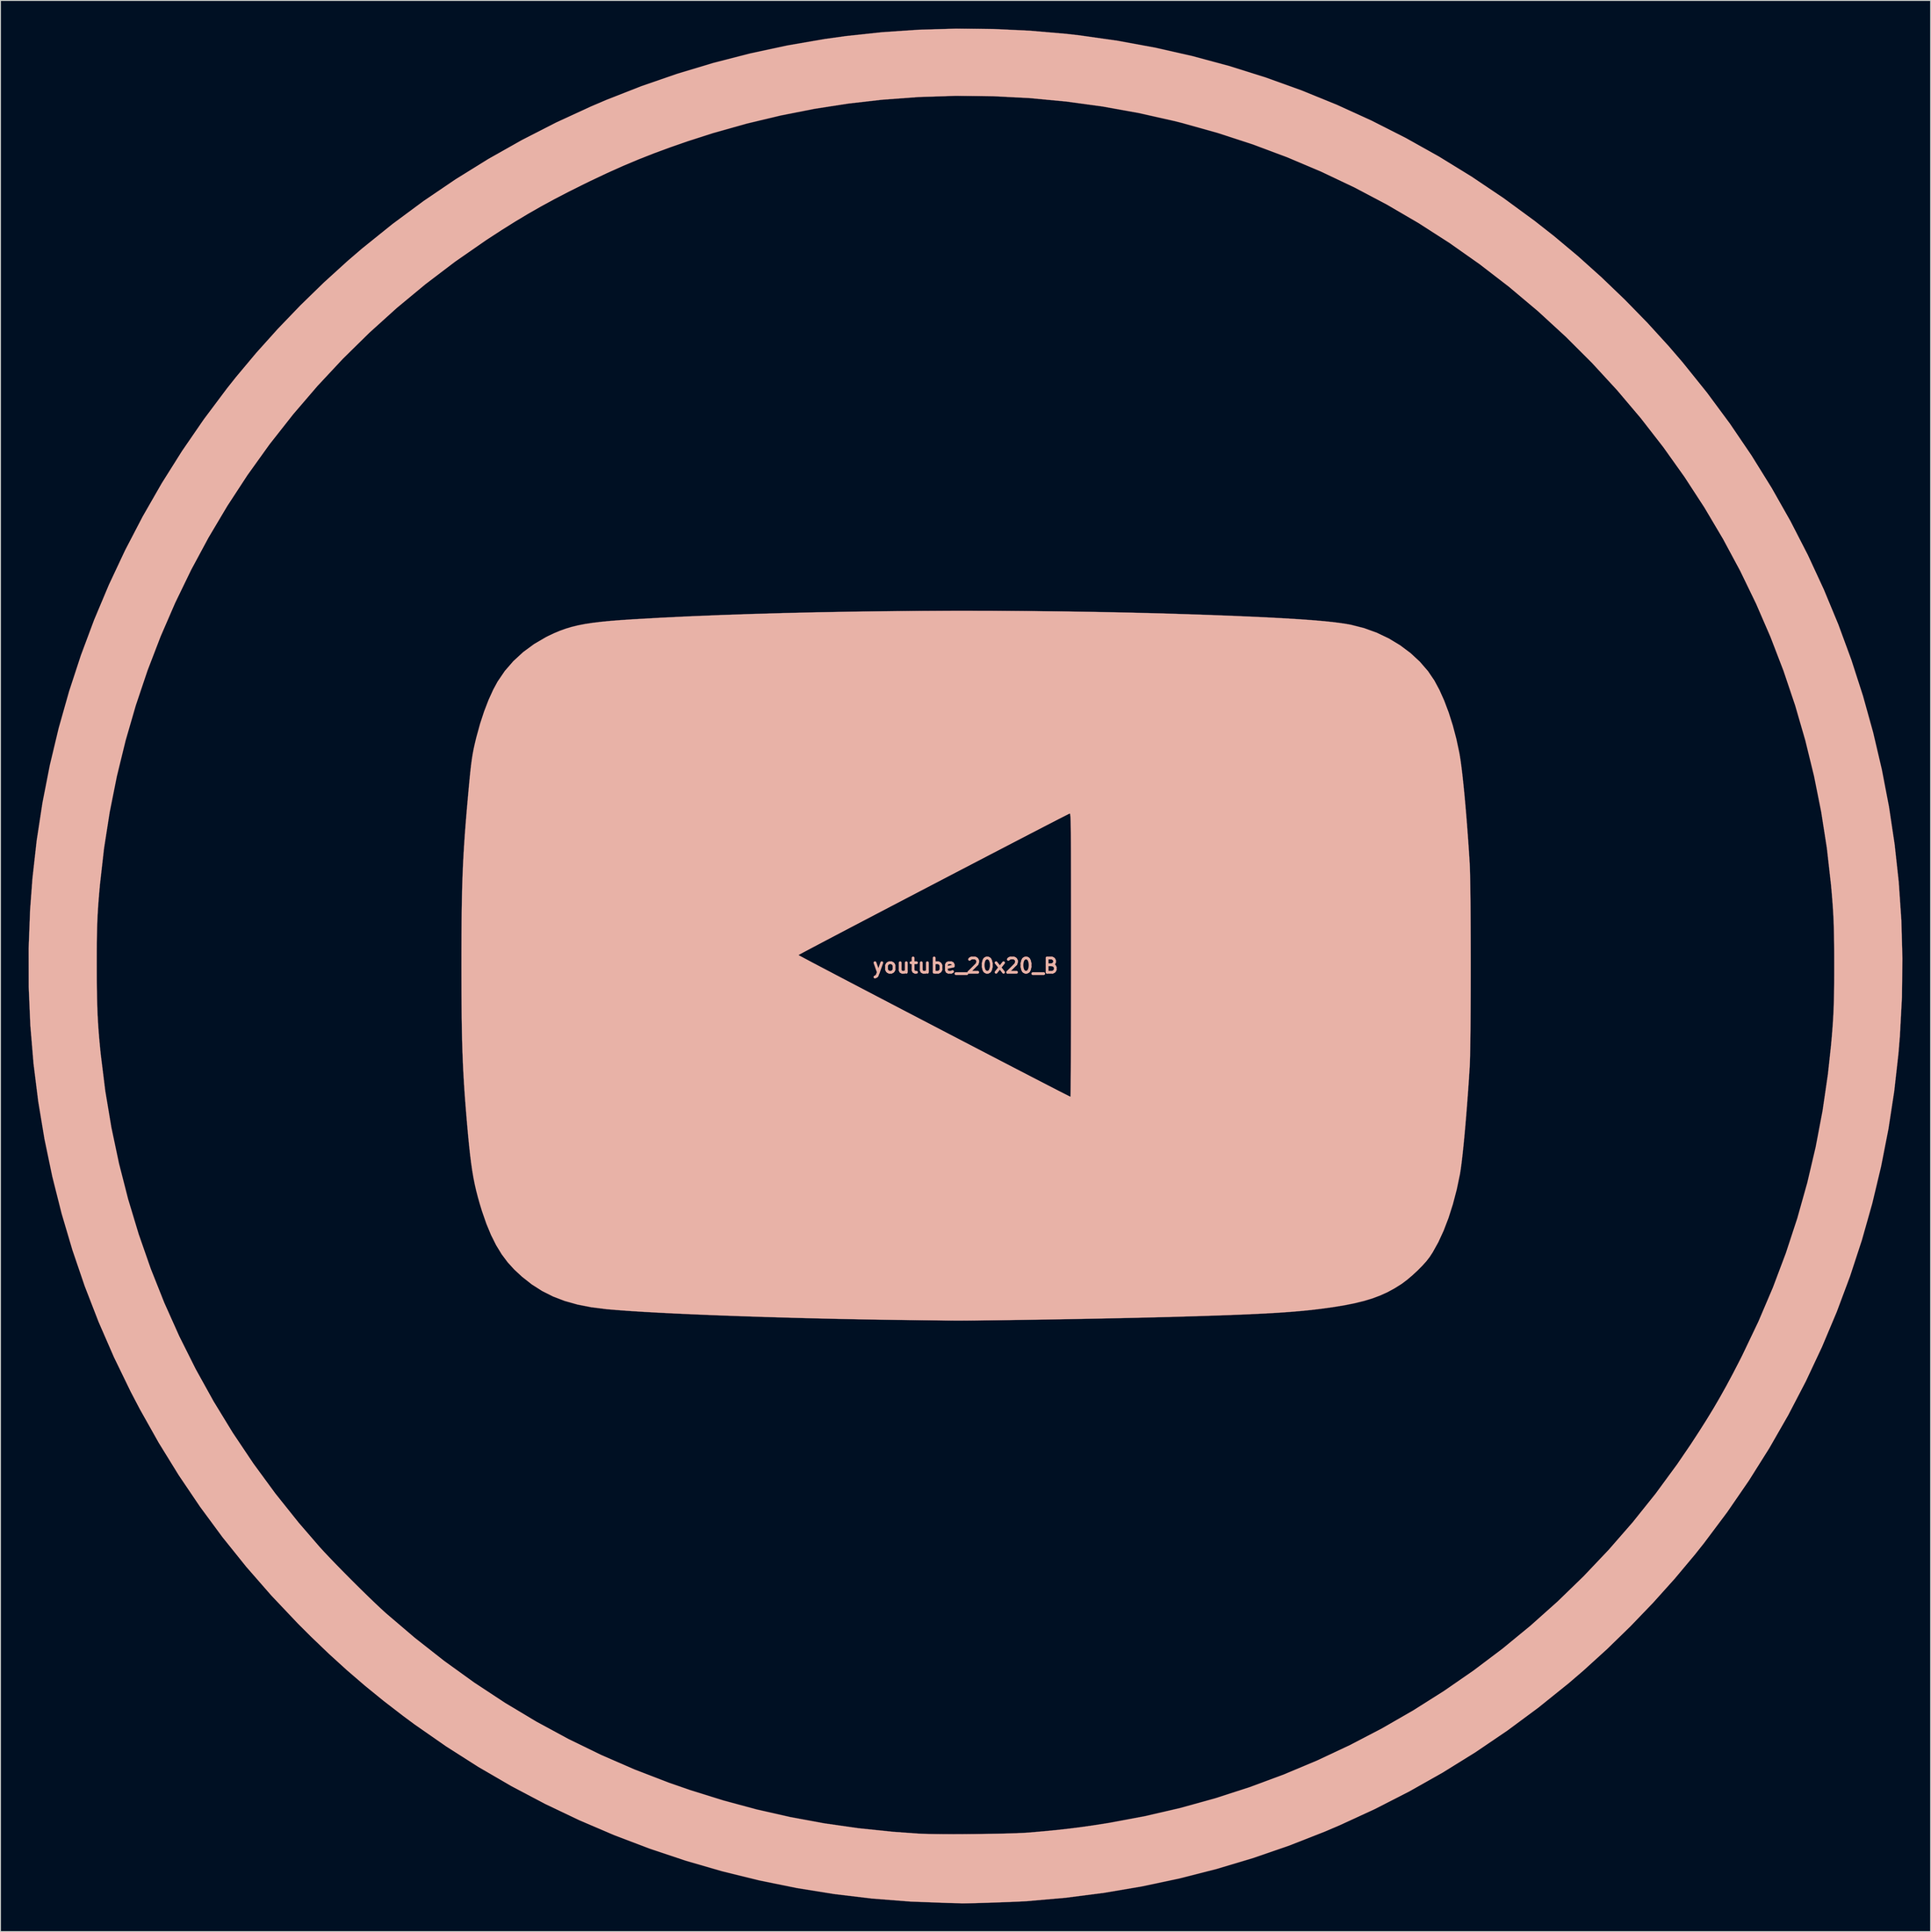
<source format=kicad_pcb>
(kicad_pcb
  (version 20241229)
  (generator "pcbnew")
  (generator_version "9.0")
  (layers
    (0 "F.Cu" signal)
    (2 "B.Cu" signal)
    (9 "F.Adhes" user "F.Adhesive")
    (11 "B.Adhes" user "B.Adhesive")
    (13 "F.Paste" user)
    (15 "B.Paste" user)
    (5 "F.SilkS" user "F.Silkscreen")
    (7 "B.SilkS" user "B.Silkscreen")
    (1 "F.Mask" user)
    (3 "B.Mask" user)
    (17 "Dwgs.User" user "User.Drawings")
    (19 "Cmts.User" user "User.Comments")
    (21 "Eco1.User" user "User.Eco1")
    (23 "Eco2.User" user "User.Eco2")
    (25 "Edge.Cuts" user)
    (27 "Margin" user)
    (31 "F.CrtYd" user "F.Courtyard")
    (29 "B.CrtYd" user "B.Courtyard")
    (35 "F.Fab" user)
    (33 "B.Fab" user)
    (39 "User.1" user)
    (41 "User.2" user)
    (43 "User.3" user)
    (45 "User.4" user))
  (footprint "youtube_20x20_B"
    (layer "F.Cu")
    (at 99.931 99.934)
    (property "Reference" "youtube_20x20_B" (at 0 0 0) (layer "B.SilkS") (effects (font (size 1.524 1.524) (thickness 0.3))))
    (attr through_hole)
    (fp_poly (pts (xy 2.745 -37.85) (xy 6.51 -37.828) (xy 10.257 -37.789) (xy 13.972 -37.732) (xy 17.637 -37.658) (xy 21.239 -37.565) (xy 24.76 -37.455) (xy 26.882 -37.378) (xy 28.826 -37.301) (xy 30.609 -37.224) (xy 32.236 -37.147) (xy 33.716 -37.069) (xy 35.056 -36.99) (xy 36.262 -36.91) (xy 37.343 -36.827) (xy 38.305 -36.742) (xy 39.155 -36.654) (xy 39.901 -36.561) (xy 40.55 -36.465) (xy 41.109 -36.364) (xy 41.111 -36.363) (xy 42.515 -36.007) (xy 43.868 -35.517) (xy 45.155 -34.904) (xy 46.36 -34.177) (xy 47.468 -33.348) (xy 48.464 -32.426) (xy 49.332 -31.422) (xy 50.006 -30.43) (xy 50.55 -29.421) (xy 51.066 -28.269) (xy 51.544 -26.999) (xy 51.977 -25.637) (xy 52.355 -24.207) (xy 52.67 -22.736) (xy 52.7 -22.575) (xy 52.795 -21.995) (xy 52.896 -21.261) (xy 53.001 -20.39) (xy 53.108 -19.399) (xy 53.217 -18.302) (xy 53.325 -17.117) (xy 53.432 -15.859) (xy 53.535 -14.544) (xy 53.634 -13.189) (xy 53.726 -11.809) (xy 53.781 -10.922) (xy 53.801 -10.5) (xy 53.818 -9.924) (xy 53.834 -9.209) (xy 53.848 -8.371) (xy 53.86 -7.424) (xy 53.871 -6.385) (xy 53.88 -5.267) (xy 53.886 -4.085) (xy 53.891 -2.856) (xy 53.894 -1.594) (xy 53.896 -0.314) (xy 53.895 0.97) (xy 53.893 2.24) (xy 53.889 3.484) (xy 53.883 4.685) (xy 53.875 5.829) (xy 53.865 6.9) (xy 53.854 7.884) (xy 53.841 8.765) (xy 53.826 9.528) (xy 53.809 10.158) (xy 53.79 10.64) (xy 53.781 10.795) (xy 53.698 12.099) (xy 53.608 13.397) (xy 53.513 14.673) (xy 53.415 15.91) (xy 53.315 17.092) (xy 53.214 18.205) (xy 53.115 19.231) (xy 53.017 20.155) (xy 52.924 20.96) (xy 52.836 21.631) (xy 52.754 22.152) (xy 52.741 22.225) (xy 52.398 23.857) (xy 51.99 25.414) (xy 51.524 26.879) (xy 51.004 28.235) (xy 50.438 29.467) (xy 49.831 30.556) (xy 49.51 31.049) (xy 49.174 31.484) (xy 48.731 31.977) (xy 48.217 32.495) (xy 47.667 33.004) (xy 47.116 33.471) (xy 46.601 33.861) (xy 46.487 33.939) (xy 45.761 34.395) (xy 45.019 34.797) (xy 44.243 35.15) (xy 43.413 35.461) (xy 42.508 35.736) (xy 41.511 35.981) (xy 40.4 36.202) (xy 39.156 36.405) (xy 37.973 36.568) (xy 37.261 36.656) (xy 36.522 36.737) (xy 35.745 36.812) (xy 34.918 36.883) (xy 34.03 36.949) (xy 33.069 37.012) (xy 32.023 37.071) (xy 30.882 37.128) (xy 29.634 37.184) (xy 28.266 37.238) (xy 26.769 37.292) (xy 25.129 37.346) (xy 23.336 37.4) (xy 22.606 37.422) (xy 21.514 37.452) (xy 20.326 37.482) (xy 19.055 37.513) (xy 17.715 37.544) (xy 16.321 37.574) (xy 14.887 37.604) (xy 13.426 37.632) (xy 11.953 37.66) (xy 10.482 37.687) (xy 9.026 37.712) (xy 7.601 37.735) (xy 6.219 37.756) (xy 4.896 37.775) (xy 3.644 37.792) (xy 2.479 37.805) (xy 1.414 37.816) (xy 0.463 37.824) (xy -0.36 37.828) (xy -1.04 37.829) (xy -1.524 37.826) (xy -2.196 37.819) (xy -2.969 37.811) (xy -3.775 37.802) (xy -4.546 37.794) (xy -5.08 37.788) (xy -7.18 37.764) (xy -9.306 37.732) (xy -11.448 37.694) (xy -13.594 37.651) (xy -15.733 37.602) (xy -17.854 37.548) (xy -19.946 37.489) (xy -21.997 37.427) (xy -23.997 37.36) (xy -25.934 37.29) (xy -27.796 37.217) (xy -29.574 37.141) (xy -31.255 37.063) (xy -32.829 36.983) (xy -34.284 36.902) (xy -35.61 36.82) (xy -36.794 36.737) (xy -37.826 36.654) (xy -38.312 36.61) (xy -39.917 36.408) (xy -41.389 36.12) (xy -42.743 35.739) (xy -43.995 35.259) (xy -45.161 34.672) (xy -46.258 33.972) (xy -47.301 33.151) (xy -48.128 32.384) (xy -48.831 31.612) (xy -49.473 30.752) (xy -50.061 29.788) (xy -50.602 28.707) (xy -51.105 27.495) (xy -51.575 26.136) (xy -51.816 25.346) (xy -52.013 24.649) (xy -52.187 23.973) (xy -52.342 23.296) (xy -52.481 22.598) (xy -52.607 21.857) (xy -52.724 21.052) (xy -52.836 20.162) (xy -52.944 19.166) (xy -53.054 18.042) (xy -53.165 16.806) (xy -53.267 15.591) (xy -53.358 14.445) (xy -53.438 13.349) (xy -53.506 12.284) (xy -53.565 11.23) (xy -53.615 10.17) (xy -53.656 9.083) (xy -53.69 7.952) (xy -53.716 6.757) (xy -53.736 5.479) (xy -53.749 4.099) (xy -53.758 2.599) (xy -53.762 0.959) (xy -53.763 -0.042) (xy -53.762 -1.146) (xy -17.81 -1.146) (xy -17.737 -1.102) (xy -17.523 -0.985) (xy -17.176 -0.799) (xy -16.705 -0.549) (xy -16.12 -0.239) (xy -15.428 0.125) (xy -14.638 0.54) (xy -13.761 1.001) (xy -12.803 1.503) (xy -11.775 2.041) (xy -10.685 2.611) (xy -9.541 3.209) (xy -8.353 3.829) (xy -7.13 4.468) (xy -5.88 5.12) (xy -4.612 5.781) (xy -3.335 6.446) (xy -2.058 7.111) (xy -0.789 7.771) (xy 0.462 8.422) (xy 1.686 9.059) (xy 2.876 9.677) (xy 4.022 10.272) (xy 5.115 10.839) (xy 6.146 11.373) (xy 7.107 11.871) (xy 7.988 12.326) (xy 8.782 12.736) (xy 9.478 13.095) (xy 10.069 13.398) (xy 10.545 13.641) (xy 10.898 13.819) (xy 11.118 13.929) (xy 11.197 13.964) (xy 11.204 13.881) (xy 11.21 13.638) (xy 11.217 13.242) (xy 11.223 12.702) (xy 11.228 12.027) (xy 11.234 11.225) (xy 11.238 10.304) (xy 11.243 9.274) (xy 11.247 8.142) (xy 11.251 6.917) (xy 11.254 5.607) (xy 11.257 4.221) (xy 11.258 2.768) (xy 11.26 1.255) (xy 11.261 -0.308) (xy 11.261 -1.153) (xy 11.261 -3.032) (xy 11.26 -4.749) (xy 11.26 -6.311) (xy 11.259 -7.726) (xy 11.258 -9) (xy 11.256 -10.141) (xy 11.254 -11.157) (xy 11.252 -12.054) (xy 11.248 -12.84) (xy 11.244 -13.522) (xy 11.239 -14.107) (xy 11.233 -14.602) (xy 11.227 -15.016) (xy 11.219 -15.354) (xy 11.21 -15.625) (xy 11.2 -15.835) (xy 11.189 -15.992) (xy 11.176 -16.104) (xy 11.162 -16.176) (xy 11.147 -16.218) (xy 11.13 -16.235) (xy 11.113 -16.236) (xy 11.016 -16.191) (xy 10.779 -16.073) (xy 10.411 -15.886) (xy 9.92 -15.635) (xy 9.316 -15.324) (xy 8.607 -14.958) (xy 7.803 -14.542) (xy 6.911 -14.08) (xy 5.941 -13.577) (xy 4.902 -13.038) (xy 3.803 -12.466) (xy 2.652 -11.868) (xy 1.458 -11.246) (xy 0.231 -10.607) (xy -1.022 -9.955) (xy -2.291 -9.293) (xy -3.567 -8.627) (xy -4.842 -7.962) (xy -6.106 -7.302) (xy -7.351 -6.651) (xy -8.568 -6.015) (xy -9.748 -5.398) (xy -10.882 -4.804) (xy -11.962 -4.239) (xy -12.978 -3.706) (xy -13.922 -3.21) (xy -14.784 -2.757) (xy -15.557 -2.35) (xy -16.231 -1.994) (xy -16.797 -1.694) (xy -17.247 -1.455) (xy -17.571 -1.281) (xy -17.76 -1.176) (xy -17.81 -1.146) (xy -53.762 -1.146) (xy -53.761 -1.773) (xy -53.755 -3.354) (xy -53.745 -4.805) (xy -53.729 -6.148) (xy -53.706 -7.401) (xy -53.676 -8.586) (xy -53.638 -9.721) (xy -53.591 -10.828) (xy -53.534 -11.925) (xy -53.466 -13.034) (xy -53.387 -14.173) (xy -53.295 -15.364) (xy -53.19 -16.626) (xy -53.071 -17.98) (xy -52.958 -19.219) (xy -52.872 -20.12) (xy -52.794 -20.881) (xy -52.717 -21.534) (xy -52.638 -22.109) (xy -52.552 -22.635) (xy -52.454 -23.144) (xy -52.339 -23.665) (xy -52.203 -24.228) (xy -52.153 -24.426) (xy -51.767 -25.823) (xy -51.335 -27.14) (xy -50.866 -28.355) (xy -50.37 -29.445) (xy -49.903 -30.307) (xy -49.132 -31.44) (xy -48.219 -32.49) (xy -47.176 -33.449) (xy -46.013 -34.305) (xy -44.742 -35.048) (xy -44.492 -35.174) (xy -43.872 -35.466) (xy -43.263 -35.722) (xy -42.647 -35.944) (xy -42.005 -36.137) (xy -41.32 -36.304) (xy -40.574 -36.449) (xy -39.747 -36.574) (xy -38.823 -36.685) (xy -37.782 -36.784) (xy -36.607 -36.874) (xy -35.391 -36.953) (xy -32.456 -37.119) (xy -29.369 -37.268) (xy -26.144 -37.4) (xy -22.797 -37.515) (xy -19.344 -37.614) (xy -15.799 -37.696) (xy -12.179 -37.761) (xy -8.499 -37.809) (xy -4.775 -37.84) (xy -1.021 -37.854) (xy 2.745 -37.85)) (stroke (width 0.01) (type solid)) (fill yes) (layer "B.SilkS"))
    (fp_poly (pts (xy 2.918 -99.895) (xy 6.839 -99.712) (xy 10.714 -99.38) (xy 12.107 -99.223) (xy 16.184 -98.646) (xy 20.217 -97.906) (xy 24.203 -97.004) (xy 28.138 -95.943) (xy 32.02 -94.722) (xy 35.845 -93.345) (xy 39.608 -91.812) (xy 43.307 -90.125) (xy 46.938 -88.285) (xy 50.497 -86.294) (xy 53.981 -84.153) (xy 57.387 -81.864) (xy 60.71 -79.429) (xy 62.78 -77.804) (xy 65.327 -75.672) (xy 67.854 -73.403) (xy 70.33 -71.027) (xy 72.725 -68.575) (xy 75.005 -66.077) (xy 76.494 -64.347) (xy 79.088 -61.122) (xy 81.536 -57.813) (xy 83.838 -54.423) (xy 85.991 -50.957) (xy 87.995 -47.418) (xy 89.849 -43.81) (xy 91.55 -40.138) (xy 93.099 -36.406) (xy 94.493 -32.617) (xy 95.732 -28.777) (xy 96.814 -24.887) (xy 97.737 -20.954) (xy 98.502 -16.98) (xy 99.105 -12.97) (xy 99.547 -8.928) (xy 99.825 -4.857) (xy 99.939 -0.763) (xy 99.888 3.351) (xy 99.669 7.482) (xy 99.519 9.313) (xy 99.064 13.378) (xy 98.445 17.408) (xy 97.662 21.4) (xy 96.718 25.349) (xy 95.614 29.251) (xy 94.352 33.103) (xy 92.934 36.898) (xy 91.361 40.634) (xy 89.636 44.306) (xy 87.76 47.909) (xy 85.735 51.44) (xy 83.562 54.893) (xy 81.243 58.265) (xy 78.781 61.551) (xy 77.805 62.78) (xy 75.638 65.366) (xy 73.335 67.928) (xy 70.925 70.434) (xy 68.439 72.853) (xy 65.909 75.153) (xy 64.347 76.494) (xy 61.11 79.098) (xy 57.79 81.555) (xy 54.385 83.865) (xy 50.896 86.029) (xy 47.321 88.046) (xy 43.66 89.919) (xy 39.911 91.645) (xy 38.312 92.327) (xy 34.522 93.813) (xy 30.672 95.141) (xy 26.767 96.31) (xy 22.811 97.319) (xy 18.808 98.168) (xy 14.761 98.854) (xy 10.675 99.378) (xy 6.562 99.738) (xy 6.235 99.757) (xy 5.795 99.779) (xy 5.264 99.802) (xy 4.661 99.827) (xy 4.01 99.851) (xy 3.331 99.876) (xy 2.646 99.899) (xy 1.977 99.92) (xy 1.345 99.939) (xy 0.772 99.955) (xy 0.279 99.967) (xy -0.112 99.974) (xy -0.38 99.976) (xy -0.504 99.972) (xy -0.508 99.971) (xy -0.603 99.963) (xy -0.837 99.955) (xy -1.177 99.946) (xy -1.594 99.937) (xy -1.778 99.934) (xy -5.876 99.781) (xy -9.952 99.462) (xy -14.001 98.979) (xy -18.018 98.332) (xy -21.998 97.523) (xy -25.936 96.554) (xy -29.829 95.426) (xy -33.671 94.142) (xy -37.458 92.703) (xy -41.185 91.109) (xy -44.846 89.364) (xy -48.439 87.468) (xy -51.957 85.424) (xy -55.396 83.232) (xy -58.752 80.895) (xy -59.986 79.982) (xy -62.061 78.383) (xy -64.044 76.77) (xy -65.971 75.113) (xy -67.875 73.383) (xy -69.79 71.548) (xy -71.206 70.135) (xy -74.027 67.157) (xy -76.706 64.091) (xy -79.244 60.932) (xy -81.645 57.677) (xy -83.913 54.32) (xy -86.05 50.857) (xy -88.06 47.283) (xy -89.034 45.424) (xy -90.827 41.729) (xy -92.462 37.976) (xy -93.938 34.17) (xy -95.253 30.314) (xy -96.408 26.413) (xy -97.401 22.469) (xy -98.232 18.488) (xy -98.9 14.472) (xy -99.404 10.426) (xy -99.744 6.353) (xy -99.918 2.258) (xy -99.923 -0.333) (xy -92.66 -0.333) (xy -92.66 0.042) (xy -92.657 1.307) (xy -92.647 2.431) (xy -92.63 3.441) (xy -92.605 4.366) (xy -92.571 5.235) (xy -92.525 6.074) (xy -92.468 6.913) (xy -92.397 7.779) (xy -92.311 8.7) (xy -92.241 9.398) (xy -91.754 13.334) (xy -91.104 17.228) (xy -90.291 21.075) (xy -89.319 24.873) (xy -88.188 28.619) (xy -86.9 32.308) (xy -85.456 35.937) (xy -83.858 39.504) (xy -82.107 43.004) (xy -80.205 46.434) (xy -78.154 49.791) (xy -75.955 53.071) (xy -73.609 56.271) (xy -71.118 59.388) (xy -68.9 61.955) (xy -68.435 62.464) (xy -67.871 63.062) (xy -67.23 63.729) (xy -66.532 64.444) (xy -65.799 65.185) (xy -65.052 65.932) (xy -64.313 66.662) (xy -63.601 67.356) (xy -62.94 67.991) (xy -62.349 68.547) (xy -61.85 69.002) (xy -61.807 69.041) (xy -58.735 71.66) (xy -55.598 74.124) (xy -52.394 76.433) (xy -49.12 78.588) (xy -45.775 80.592) (xy -42.355 82.444) (xy -38.859 84.147) (xy -35.286 85.702) (xy -31.631 87.11) (xy -29.379 87.891) (xy -25.816 89.003) (xy -22.26 89.962) (xy -18.691 90.771) (xy -15.089 91.435) (xy -11.434 91.958) (xy -7.706 92.343) (xy -4.953 92.537) (xy -4.449 92.559) (xy -3.802 92.575) (xy -3.036 92.586) (xy -2.173 92.593) (xy -1.238 92.594) (xy -0.254 92.591) (xy 0.757 92.584) (xy 1.771 92.572) (xy 2.764 92.557) (xy 3.713 92.539) (xy 4.596 92.517) (xy 5.388 92.492) (xy 6.066 92.464) (xy 6.607 92.433) (xy 6.773 92.421) (xy 8.296 92.29) (xy 9.695 92.154) (xy 11.015 92.008) (xy 12.301 91.845) (xy 13.6 91.661) (xy 14.955 91.45) (xy 15.325 91.39) (xy 19.146 90.676) (xy 22.924 89.801) (xy 26.654 88.767) (xy 30.331 87.577) (xy 33.95 86.234) (xy 37.506 84.743) (xy 40.996 83.104) (xy 44.414 81.323) (xy 47.755 79.401) (xy 51.015 77.342) (xy 54.189 75.149) (xy 57.273 72.825) (xy 60.26 70.372) (xy 63.148 67.795) (xy 65.931 65.097) (xy 68.604 62.279) (xy 71.163 59.346) (xy 73.603 56.3) (xy 75.919 53.144) (xy 77.344 51.054) (xy 78.232 49.694) (xy 79.038 48.423) (xy 79.783 47.202) (xy 80.489 45.991) (xy 81.181 44.752) (xy 81.88 43.446) (xy 82.609 42.033) (xy 82.861 41.533) (xy 84.573 37.948) (xy 86.122 34.316) (xy 87.508 30.638) (xy 88.731 26.913) (xy 89.791 23.143) (xy 90.688 19.326) (xy 91.423 15.463) (xy 91.994 11.553) (xy 92.323 8.509) (xy 92.404 7.605) (xy 92.471 6.783) (xy 92.526 6.012) (xy 92.57 5.266) (xy 92.604 4.516) (xy 92.629 3.734) (xy 92.647 2.891) (xy 92.658 1.96) (xy 92.663 0.911) (xy 92.664 -0.085) (xy 92.662 -1.247) (xy 92.655 -2.268) (xy 92.643 -3.176) (xy 92.625 -4) (xy 92.599 -4.768) (xy 92.564 -5.509) (xy 92.519 -6.25) (xy 92.462 -7.02) (xy 92.394 -7.847) (xy 92.324 -8.636) (xy 91.883 -12.543) (xy 91.278 -16.413) (xy 90.512 -20.241) (xy 89.586 -24.024) (xy 88.503 -27.757) (xy 87.264 -31.435) (xy 85.873 -35.054) (xy 84.331 -38.611) (xy 82.641 -42.1) (xy 80.804 -45.517) (xy 78.824 -48.859) (xy 76.702 -52.12) (xy 74.44 -55.296) (xy 72.041 -58.384) (xy 69.506 -61.378) (xy 66.839 -64.275) (xy 64.041 -67.069) (xy 61.114 -69.758) (xy 60.989 -69.867) (xy 57.967 -72.408) (xy 54.847 -74.811) (xy 51.634 -77.074) (xy 48.333 -79.195) (xy 44.946 -81.172) (xy 41.479 -83.002) (xy 37.936 -84.683) (xy 34.321 -86.213) (xy 30.637 -87.591) (xy 26.889 -88.813) (xy 23.082 -89.878) (xy 22.295 -90.076) (xy 18.486 -90.933) (xy 14.637 -91.626) (xy 10.753 -92.157) (xy 6.843 -92.524) (xy 2.914 -92.727) (xy -1.028 -92.765) (xy -4.975 -92.639) (xy -8.92 -92.348) (xy -12.488 -91.941) (xy -16.095 -91.382) (xy -19.719 -90.668) (xy -23.331 -89.805) (xy -26.901 -88.8) (xy -29.591 -87.937) (xy -31.466 -87.286) (xy -33.222 -86.638) (xy -34.908 -85.974) (xy -36.57 -85.274) (xy -38.255 -84.518) (xy -40.011 -83.687) (xy -40.682 -83.36) (xy -42.32 -82.543) (xy -43.836 -81.755) (xy -45.269 -80.976) (xy -46.659 -80.182) (xy -48.044 -79.352) (xy -49.464 -78.462) (xy -50.958 -77.491) (xy -51.181 -77.343) (xy -54.44 -75.081) (xy -57.596 -72.684) (xy -60.645 -70.158) (xy -63.584 -67.505) (xy -66.408 -64.729) (xy -69.115 -61.832) (xy -71.701 -58.82) (xy -74.162 -55.694) (xy -74.308 -55.499) (xy -76.596 -52.307) (xy -78.74 -49.025) (xy -80.741 -45.66) (xy -82.594 -42.217) (xy -84.298 -38.7) (xy -85.852 -35.117) (xy -87.253 -31.471) (xy -88.498 -27.768) (xy -89.587 -24.014) (xy -90.516 -20.214) (xy -91.284 -16.374) (xy -91.889 -12.499) (xy -92.324 -8.636) (xy -92.402 -7.756) (xy -92.468 -6.959) (xy -92.522 -6.219) (xy -92.565 -5.507) (xy -92.599 -4.798) (xy -92.624 -4.064) (xy -92.642 -3.278) (xy -92.653 -2.412) (xy -92.659 -1.439) (xy -92.66 -0.333) (xy -99.923 -0.333) (xy -99.926 -1.855) (xy -99.768 -5.983) (xy -99.519 -9.313) (xy -99.064 -13.378) (xy -98.445 -17.408) (xy -97.662 -21.4) (xy -96.718 -25.349) (xy -95.614 -29.251) (xy -94.352 -33.103) (xy -92.934 -36.898) (xy -91.361 -40.634) (xy -89.636 -44.306) (xy -87.76 -47.909) (xy -85.735 -51.44) (xy -83.562 -54.893) (xy -81.243 -58.265) (xy -78.781 -61.551) (xy -77.805 -62.78) (xy -75.638 -65.366) (xy -73.335 -67.928) (xy -70.925 -70.434) (xy -68.439 -72.853) (xy -65.909 -75.153) (xy -64.347 -76.494) (xy -61.11 -79.098) (xy -57.79 -81.555) (xy -54.385 -83.865) (xy -50.896 -86.029) (xy -47.321 -88.046) (xy -43.66 -89.919) (xy -39.911 -91.645) (xy -38.312 -92.327) (xy -34.571 -93.794) (xy -30.757 -95.111) (xy -26.884 -96.276) (xy -22.963 -97.284) (xy -19.009 -98.133) (xy -15.035 -98.819) (xy -12.742 -99.138) (xy -8.88 -99.551) (xy -4.966 -99.814) (xy -1.025 -99.929) (xy 2.918 -99.895)) (stroke (width 0.01) (type solid)) (fill yes) (layer "B.SilkS")))
  (gr_rect
    (start -3 -3)
    (end 202.876 202.915)
    (stroke (width 0.1) (type default))
    (fill no)
    (layer "Edge.Cuts")))
</source>
